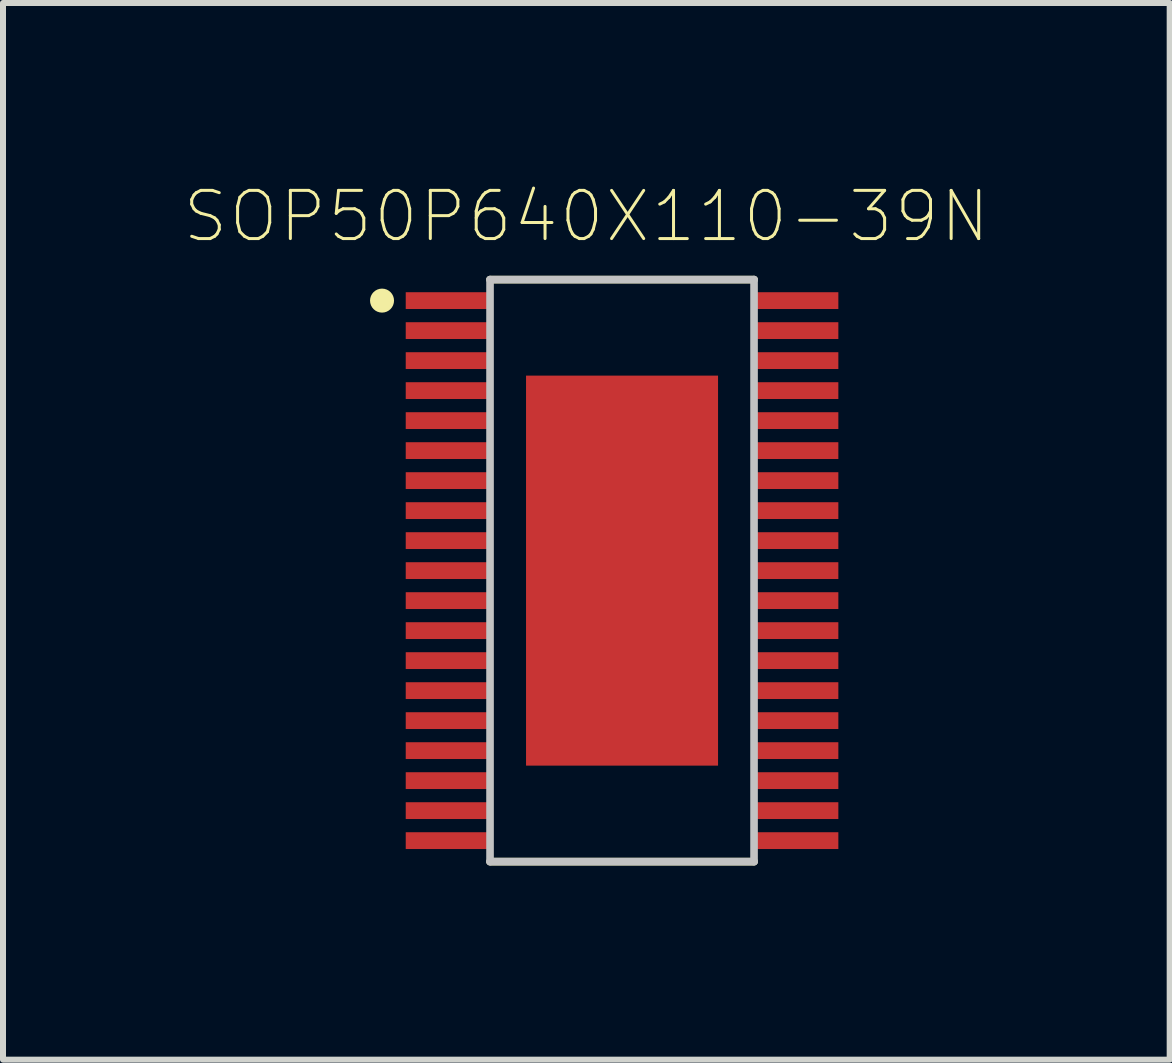
<source format=kicad_pcb>
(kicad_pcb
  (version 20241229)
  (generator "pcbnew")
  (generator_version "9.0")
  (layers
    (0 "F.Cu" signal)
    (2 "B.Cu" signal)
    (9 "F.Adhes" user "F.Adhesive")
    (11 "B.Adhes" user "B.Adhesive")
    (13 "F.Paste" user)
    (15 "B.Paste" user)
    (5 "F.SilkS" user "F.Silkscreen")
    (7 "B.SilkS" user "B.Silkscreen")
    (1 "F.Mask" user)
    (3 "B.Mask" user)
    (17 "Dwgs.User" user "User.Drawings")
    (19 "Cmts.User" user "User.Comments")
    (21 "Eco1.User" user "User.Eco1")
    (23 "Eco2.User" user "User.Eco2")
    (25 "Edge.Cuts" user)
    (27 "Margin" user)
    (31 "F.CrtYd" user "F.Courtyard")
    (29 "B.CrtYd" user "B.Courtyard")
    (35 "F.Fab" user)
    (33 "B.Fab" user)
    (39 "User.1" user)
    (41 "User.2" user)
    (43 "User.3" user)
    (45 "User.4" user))
  (footprint "SOP50P640X110-39N"
    (layer "F.Cu")
    (at 7.317 6.46)
    (property "Reference" "SOP50P640X110-39N" (at -0.595 -5.903 0) (layer "F.SilkS") (effects (font (size 0.803 0.803) (thickness 0.05))))
    (attr smd)
    (fp_line (start 2.2 -4.85) (end -2.2 -4.85) (stroke (width 0.127) (type solid)) (layer "F.SilkS"))
    (fp_line (start 2.2 4.85) (end -2.2 4.85) (stroke (width 0.127) (type solid)) (layer "F.SilkS"))
    (fp_circle (center -4 -4.5) (end -3.9 -4.5) (stroke (width 0.2) (type solid)) (fill no) (layer "F.SilkS"))
    (fp_poly (pts (xy -1.103 -2.1) (xy 1.1 -2.1) (xy 1.1 2.105) (xy -1.103 2.105)) (stroke (width 0) (type solid)) (fill yes) (layer "F.Paste"))
    (fp_line (start -2.2 -4.85) (end -2.2 4.85) (stroke (width 0.127) (type solid)) (layer "Dwgs.User"))
    (fp_line (start -2.2 4.85) (end 2.2 4.85) (stroke (width 0.127) (type solid)) (layer "Dwgs.User"))
    (fp_line (start 2.2 -4.85) (end -2.2 -4.85) (stroke (width 0.127) (type solid)) (layer "Dwgs.User"))
    (fp_line (start 2.2 4.85) (end 2.2 -4.85) (stroke (width 0.127) (type solid)) (layer "Dwgs.User"))
    (fp_line (start -3.875 -4.875) (end -2.5 -4.875) (stroke (width 0.05) (type solid)) (layer "Eco1.User"))
    (fp_line (start -3.875 4.875) (end -3.875 -4.875) (stroke (width 0.05) (type solid)) (layer "Eco1.User"))
    (fp_line (start -2.5 -5.125) (end 2.5 -5.125) (stroke (width 0.05) (type solid)) (layer "Eco1.User"))
    (fp_line (start -2.5 -4.875) (end -2.5 -5.125) (stroke (width 0.05) (type solid)) (layer "Eco1.User"))
    (fp_line (start -2.5 4.875) (end -3.875 4.875) (stroke (width 0.05) (type solid)) (layer "Eco1.User"))
    (fp_line (start -2.5 5.125) (end -2.5 4.875) (stroke (width 0.05) (type solid)) (layer "Eco1.User"))
    (fp_line (start 2.5 -5.125) (end 2.5 -4.875) (stroke (width 0.05) (type solid)) (layer "Eco1.User"))
    (fp_line (start 2.5 -4.875) (end 3.875 -4.875) (stroke (width 0.05) (type solid)) (layer "Eco1.User"))
    (fp_line (start 2.5 4.875) (end 2.5 5.125) (stroke (width 0.05) (type solid)) (layer "Eco1.User"))
    (fp_line (start 2.5 5.125) (end -2.5 5.125) (stroke (width 0.05) (type solid)) (layer "Eco1.User"))
    (fp_line (start 3.875 -4.875) (end 3.875 4.875) (stroke (width 0.05) (type solid)) (layer "Eco1.User"))
    (fp_line (start 3.875 4.875) (end 2.5 4.875) (stroke (width 0.05) (type solid)) (layer "Eco1.User"))
    (pad "1" smd rect (at -2.885 -4.5) (size 1.44 0.28) (layers "F.Cu" "F.Mask" "F.Paste"))
    (pad "2" smd rect (at -2.885 -4) (size 1.44 0.28) (layers "F.Cu" "F.Mask" "F.Paste"))
    (pad "3" smd rect (at -2.885 -3.5) (size 1.44 0.28) (layers "F.Cu" "F.Mask" "F.Paste"))
    (pad "4" smd rect (at -2.885 -3) (size 1.44 0.28) (layers "F.Cu" "F.Mask" "F.Paste"))
    (pad "5" smd rect (at -2.885 -2.5) (size 1.44 0.28) (layers "F.Cu" "F.Mask" "F.Paste"))
    (pad "6" smd rect (at -2.885 -2) (size 1.44 0.28) (layers "F.Cu" "F.Mask" "F.Paste"))
    (pad "7" smd rect (at -2.885 -1.5) (size 1.44 0.28) (layers "F.Cu" "F.Mask" "F.Paste"))
    (pad "8" smd rect (at -2.885 -1) (size 1.44 0.28) (layers "F.Cu" "F.Mask" "F.Paste"))
    (pad "9" smd rect (at -2.885 -0.5) (size 1.44 0.28) (layers "F.Cu" "F.Mask" "F.Paste"))
    (pad "10" smd rect (at -2.885 0) (size 1.44 0.28) (layers "F.Cu" "F.Mask" "F.Paste"))
    (pad "11" smd rect (at -2.885 0.5) (size 1.44 0.28) (layers "F.Cu" "F.Mask" "F.Paste"))
    (pad "12" smd rect (at -2.885 1) (size 1.44 0.28) (layers "F.Cu" "F.Mask" "F.Paste"))
    (pad "13" smd rect (at -2.885 1.5) (size 1.44 0.28) (layers "F.Cu" "F.Mask" "F.Paste"))
    (pad "14" smd rect (at -2.885 2) (size 1.44 0.28) (layers "F.Cu" "F.Mask" "F.Paste"))
    (pad "15" smd rect (at -2.885 2.5) (size 1.44 0.28) (layers "F.Cu" "F.Mask" "F.Paste"))
    (pad "16" smd rect (at -2.885 3) (size 1.44 0.28) (layers "F.Cu" "F.Mask" "F.Paste"))
    (pad "17" smd rect (at -2.885 3.5) (size 1.44 0.28) (layers "F.Cu" "F.Mask" "F.Paste"))
    (pad "18" smd rect (at -2.885 4) (size 1.44 0.28) (layers "F.Cu" "F.Mask" "F.Paste"))
    (pad "19" smd rect (at -2.885 4.5) (size 1.44 0.28) (layers "F.Cu" "F.Mask" "F.Paste"))
    (pad "20" smd rect (at 2.885 4.5) (size 1.44 0.28) (layers "F.Cu" "F.Mask" "F.Paste"))
    (pad "21" smd rect (at 2.885 4) (size 1.44 0.28) (layers "F.Cu" "F.Mask" "F.Paste"))
    (pad "22" smd rect (at 2.885 3.5) (size 1.44 0.28) (layers "F.Cu" "F.Mask" "F.Paste"))
    (pad "23" smd rect (at 2.885 3) (size 1.44 0.28) (layers "F.Cu" "F.Mask" "F.Paste"))
    (pad "24" smd rect (at 2.885 2.5) (size 1.44 0.28) (layers "F.Cu" "F.Mask" "F.Paste"))
    (pad "25" smd rect (at 2.885 2) (size 1.44 0.28) (layers "F.Cu" "F.Mask" "F.Paste"))
    (pad "26" smd rect (at 2.885 1.5) (size 1.44 0.28) (layers "F.Cu" "F.Mask" "F.Paste"))
    (pad "27" smd rect (at 2.885 1) (size 1.44 0.28) (layers "F.Cu" "F.Mask" "F.Paste"))
    (pad "28" smd rect (at 2.885 0.5) (size 1.44 0.28) (layers "F.Cu" "F.Mask" "F.Paste"))
    (pad "29" smd rect (at 2.885 0) (size 1.44 0.28) (layers "F.Cu" "F.Mask" "F.Paste"))
    (pad "30" smd rect (at 2.885 -0.5) (size 1.44 0.28) (layers "F.Cu" "F.Mask" "F.Paste"))
    (pad "31" smd rect (at 2.885 -1) (size 1.44 0.28) (layers "F.Cu" "F.Mask" "F.Paste"))
    (pad "32" smd rect (at 2.885 -1.5) (size 1.44 0.28) (layers "F.Cu" "F.Mask" "F.Paste"))
    (pad "33" smd rect (at 2.885 -2) (size 1.44 0.28) (layers "F.Cu" "F.Mask" "F.Paste"))
    (pad "34" smd rect (at 2.885 -2.5) (size 1.44 0.28) (layers "F.Cu" "F.Mask" "F.Paste"))
    (pad "35" smd rect (at 2.885 -3) (size 1.44 0.28) (layers "F.Cu" "F.Mask" "F.Paste"))
    (pad "36" smd rect (at 2.885 -3.5) (size 1.44 0.28) (layers "F.Cu" "F.Mask" "F.Paste"))
    (pad "37" smd rect (at 2.885 -4) (size 1.44 0.28) (layers "F.Cu" "F.Mask" "F.Paste"))
    (pad "38" smd rect (at 2.885 -4.5) (size 1.44 0.28) (layers "F.Cu" "F.Mask" "F.Paste"))
    (pad "39" smd rect (at 0 0) (size 3.2 6.5) (layers "F.Cu" "F.Mask" "F.Paste")))
  (gr_rect
    (start -3 -3)
    (end 16.444 14.61)
    (stroke (width 0.1) (type default))
    (fill no)
    (layer "Edge.Cuts")))
</source>
